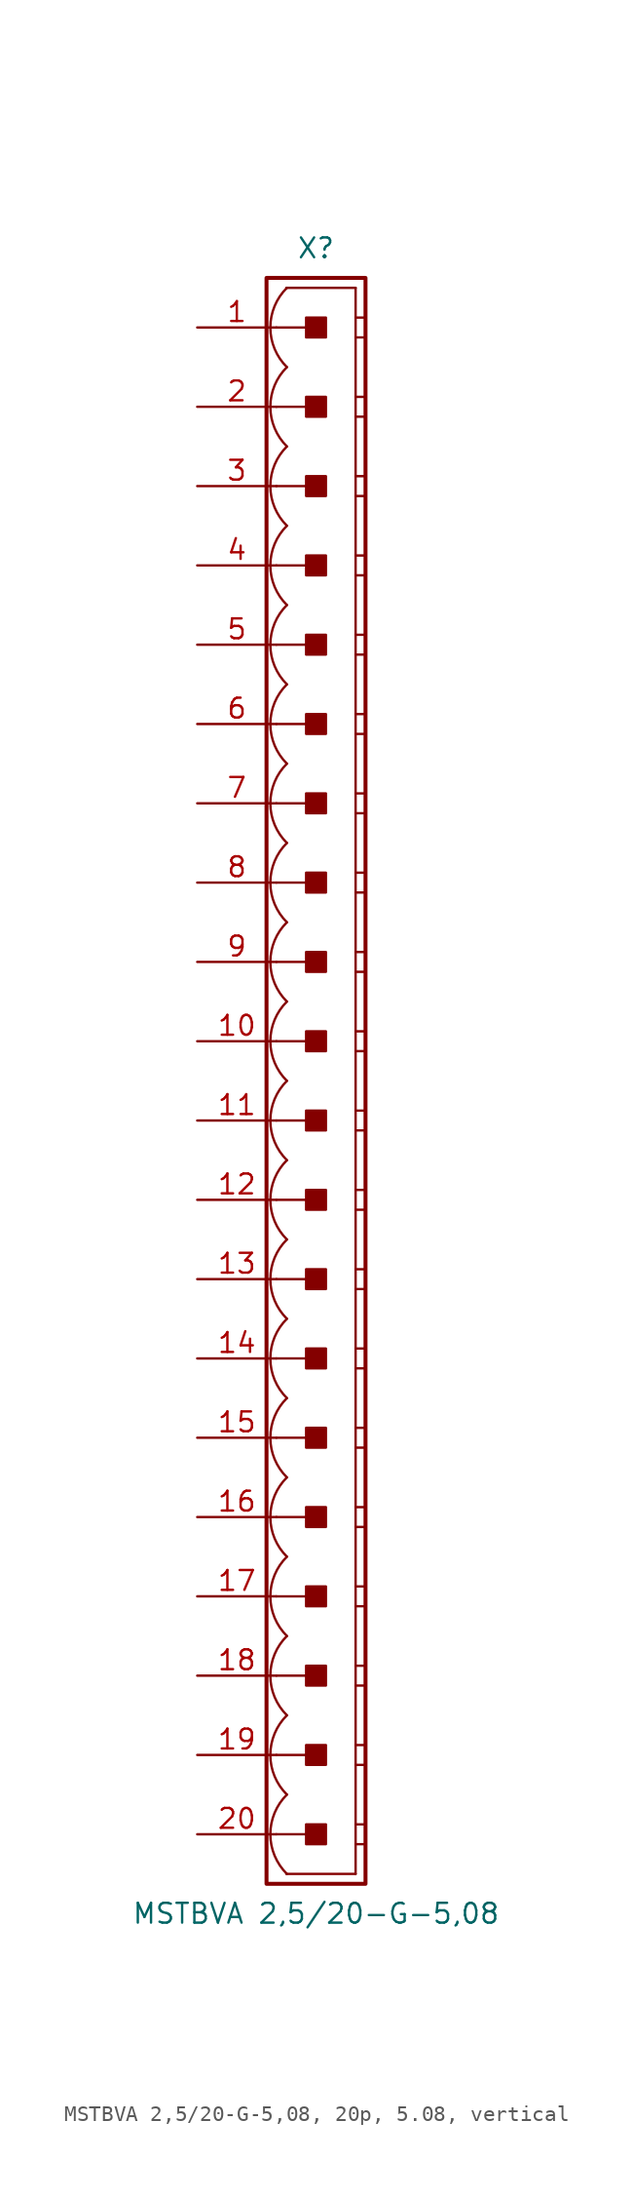
<source format=kicad_sym>
(kicad_symbol_lib
  (version 20241209)
  (generator "kicad_symbol_editor")
  (generator_version "9.0")
  (symbol "MSTBVA 2,5/20-G-5,08, 20p, 5.08, vertical"
    (pin_names
      (offset 1.016)
      (hide yes))
    (property "Reference" "X"
      (at 0 53.34 0)
      (effects (font (size 1.27 1.27))))
    (property "Value" "MSTBVA 2,5/20-G-5,08"
      (at 0 -53.34 0)
      (effects (font (size 1.27 1.27))))
    (property "Label" ""
      (at 0 0 0)
      (effects (font (size 1.27 1.27) (thickness 0.254) (bold yes))))
    (symbol "MSTBVA 2,5/20-G-5,08, 20p, 5.08, vertical_0_1"
      (polyline (pts (xy 2.54 50.8) (xy -1.905 50.8)) (stroke (width 0.152) (type default)) (fill (type none)))
      (polyline (pts (xy 2.54 50.8) (xy 2.54 -50.8)) (stroke (width 0.152) (type default)) (fill (type none)))
      (polyline (pts (xy 2.54 48.895) (xy 3.175 48.895)) (stroke (width 0.152) (type default)) (fill (type none)))
      (polyline (pts (xy 2.54 47.625) (xy 3.175 47.625)) (stroke (width 0.152) (type default)) (fill (type none)))
      (polyline (pts (xy 2.54 43.815) (xy 3.175 43.815)) (stroke (width 0.152) (type default)) (fill (type none)))
      (polyline (pts (xy 2.54 42.545) (xy 3.175 42.545)) (stroke (width 0.152) (type default)) (fill (type none)))
      (polyline (pts (xy 2.54 38.735) (xy 3.175 38.735)) (stroke (width 0.152) (type default)) (fill (type none)))
      (polyline (pts (xy 2.54 37.465) (xy 3.175 37.465)) (stroke (width 0.152) (type default)) (fill (type none)))
      (polyline (pts (xy 2.54 33.655) (xy 3.175 33.655)) (stroke (width 0.152) (type default)) (fill (type none)))
      (polyline (pts (xy 2.54 32.385) (xy 3.175 32.385)) (stroke (width 0.152) (type default)) (fill (type none)))
      (polyline (pts (xy 2.54 28.575) (xy 3.175 28.575)) (stroke (width 0.152) (type default)) (fill (type none)))
      (polyline (pts (xy 2.54 27.305) (xy 3.175 27.305)) (stroke (width 0.152) (type default)) (fill (type none)))
      (polyline (pts (xy 2.54 23.495) (xy 3.175 23.495)) (stroke (width 0.152) (type default)) (fill (type none)))
      (polyline (pts (xy 2.54 22.225) (xy 3.175 22.225)) (stroke (width 0.152) (type default)) (fill (type none)))
      (polyline (pts (xy 2.54 18.415) (xy 3.175 18.415)) (stroke (width 0.152) (type default)) (fill (type none)))
      (polyline (pts (xy 2.54 17.145) (xy 3.175 17.145)) (stroke (width 0.152) (type default)) (fill (type none)))
      (polyline (pts (xy 2.54 13.335) (xy 3.175 13.335)) (stroke (width 0.152) (type default)) (fill (type none)))
      (polyline (pts (xy 2.54 12.065) (xy 3.175 12.065)) (stroke (width 0.152) (type default)) (fill (type none)))
      (polyline (pts (xy 2.54 8.255) (xy 3.175 8.255)) (stroke (width 0.152) (type default)) (fill (type none)))
      (polyline (pts (xy 2.54 6.985) (xy 3.175 6.985)) (stroke (width 0.152) (type default)) (fill (type none)))
      (polyline (pts (xy 2.54 3.175) (xy 3.175 3.175)) (stroke (width 0.152) (type default)) (fill (type none)))
      (polyline (pts (xy 2.54 1.905) (xy 3.175 1.905)) (stroke (width 0.152) (type default)) (fill (type none)))
      (polyline (pts (xy 2.54 -1.905) (xy 3.175 -1.905)) (stroke (width 0.152) (type default)) (fill (type none)))
      (polyline (pts (xy 2.54 -3.175) (xy 3.175 -3.175)) (stroke (width 0.152) (type default)) (fill (type none)))
      (polyline (pts (xy 2.54 -6.985) (xy 3.175 -6.985)) (stroke (width 0.152) (type default)) (fill (type none)))
      (polyline (pts (xy 2.54 -8.255) (xy 3.175 -8.255)) (stroke (width 0.152) (type default)) (fill (type none)))
      (polyline (pts (xy 2.54 -12.065) (xy 3.175 -12.065)) (stroke (width 0.152) (type default)) (fill (type none)))
      (polyline (pts (xy 2.54 -13.335) (xy 3.175 -13.335)) (stroke (width 0.152) (type default)) (fill (type none)))
      (polyline (pts (xy 2.54 -17.145) (xy 3.175 -17.145)) (stroke (width 0.152) (type default)) (fill (type none)))
      (polyline (pts (xy 2.54 -18.415) (xy 3.175 -18.415)) (stroke (width 0.152) (type default)) (fill (type none)))
      (polyline (pts (xy 2.54 -22.225) (xy 3.175 -22.225)) (stroke (width 0.152) (type default)) (fill (type none)))
      (polyline (pts (xy 2.54 -23.495) (xy 3.175 -23.495)) (stroke (width 0.152) (type default)) (fill (type none)))
      (polyline (pts (xy 2.54 -27.305) (xy 3.175 -27.305)) (stroke (width 0.152) (type default)) (fill (type none)))
      (polyline (pts (xy 2.54 -28.575) (xy 3.175 -28.575)) (stroke (width 0.152) (type default)) (fill (type none)))
      (polyline (pts (xy 2.54 -32.385) (xy 3.175 -32.385)) (stroke (width 0.152) (type default)) (fill (type none)))
      (polyline (pts (xy 2.54 -33.655) (xy 3.175 -33.655)) (stroke (width 0.152) (type default)) (fill (type none)))
      (polyline (pts (xy 2.54 -37.465) (xy 3.175 -37.465)) (stroke (width 0.152) (type default)) (fill (type none)))
      (polyline (pts (xy 2.54 -38.735) (xy 3.175 -38.735)) (stroke (width 0.152) (type default)) (fill (type none)))
      (polyline (pts (xy 2.54 -42.545) (xy 3.175 -42.545)) (stroke (width 0.152) (type default)) (fill (type none)))
      (polyline (pts (xy 2.54 -43.815) (xy 3.175 -43.815)) (stroke (width 0.152) (type default)) (fill (type none)))
      (polyline (pts (xy 2.54 -47.625) (xy 3.175 -47.625)) (stroke (width 0.152) (type default)) (fill (type none)))
      (polyline (pts (xy 2.54 -48.895) (xy 3.175 -48.895)) (stroke (width 0.152) (type default)) (fill (type none)))
      (polyline (pts (xy 2.54 -50.8) (xy -1.905 -50.8)) (stroke (width 0.152) (type default)) (fill (type none))))
    (symbol "MSTBVA 2,5/20-G-5,08, 20p, 5.08, vertical_1_0"
      (polyline (pts (xy -2.54 48.26) (xy 0 48.26)) (stroke (width 0.152) (type default)) (fill (type none)))
      (polyline (pts (xy -2.54 43.18) (xy 0 43.18)) (stroke (width 0.152) (type default)) (fill (type none)))
      (polyline (pts (xy -2.54 38.1) (xy 0 38.1)) (stroke (width 0.152) (type default)) (fill (type none)))
      (polyline (pts (xy -2.54 33.02) (xy 0 33.02)) (stroke (width 0.152) (type default)) (fill (type none)))
      (polyline (pts (xy -2.54 27.94) (xy 0 27.94)) (stroke (width 0.152) (type default)) (fill (type none)))
      (polyline (pts (xy -2.54 22.86) (xy 0 22.86)) (stroke (width 0.152) (type default)) (fill (type none)))
      (polyline (pts (xy -2.54 17.78) (xy 0 17.78)) (stroke (width 0.152) (type default)) (fill (type none)))
      (polyline (pts (xy -2.54 12.7) (xy 0 12.7)) (stroke (width 0.152) (type default)) (fill (type none)))
      (polyline (pts (xy -2.54 7.62) (xy 0 7.62)) (stroke (width 0.152) (type default)) (fill (type none)))
      (polyline (pts (xy -2.54 2.54) (xy 0 2.54)) (stroke (width 0.152) (type default)) (fill (type none)))
      (polyline (pts (xy -2.54 -2.54) (xy 0 -2.54)) (stroke (width 0.152) (type default)) (fill (type none)))
      (polyline (pts (xy -2.54 -7.62) (xy 0 -7.62)) (stroke (width 0.152) (type default)) (fill (type none)))
      (polyline (pts (xy -2.54 -12.7) (xy 0 -12.7)) (stroke (width 0.152) (type default)) (fill (type none)))
      (polyline (pts (xy -2.54 -17.78) (xy 0 -17.78)) (stroke (width 0.152) (type default)) (fill (type none)))
      (polyline (pts (xy -2.54 -22.86) (xy 0 -22.86)) (stroke (width 0.152) (type default)) (fill (type none)))
      (polyline (pts (xy -2.54 -27.94) (xy 0 -27.94)) (stroke (width 0.152) (type default)) (fill (type none)))
      (polyline (pts (xy -2.54 -33.02) (xy 0 -33.02)) (stroke (width 0.152) (type default)) (fill (type none)))
      (polyline (pts (xy -2.54 -38.1) (xy 0 -38.1)) (stroke (width 0.152) (type default)) (fill (type none)))
      (polyline (pts (xy -2.54 -43.18) (xy 0 -43.18)) (stroke (width 0.152) (type default)) (fill (type none)))
      (polyline (pts (xy -2.54 -48.26) (xy 0 -48.26)) (stroke (width 0.152) (type default)) (fill (type none))))
    (symbol "MSTBVA 2,5/20-G-5,08, 20p, 5.08, vertical_1_1"
      (rectangle (start -3.175 51.435) (end 3.175 -51.435) (stroke (width 0.254) (type default)) (fill (type none)))
      (rectangle (start -0.635 47.625) (end 0.635 48.895) (stroke (width 0.152) (type default)) (fill (type outline)))
      (rectangle (start -0.635 42.545) (end 0.635 43.815) (stroke (width 0.152) (type default)) (fill (type outline)))
      (rectangle (start -0.635 37.465) (end 0.635 38.735) (stroke (width 0.152) (type default)) (fill (type outline)))
      (rectangle (start -0.635 32.385) (end 0.635 33.655) (stroke (width 0.152) (type default)) (fill (type outline)))
      (rectangle (start -0.635 27.305) (end 0.635 28.575) (stroke (width 0.152) (type default)) (fill (type outline)))
      (rectangle (start -0.635 22.225) (end 0.635 23.495) (stroke (width 0.152) (type default)) (fill (type outline)))
      (rectangle (start -0.635 17.145) (end 0.635 18.415) (stroke (width 0.152) (type default)) (fill (type outline)))
      (rectangle (start -0.635 12.065) (end 0.635 13.335) (stroke (width 0.152) (type default)) (fill (type outline)))
      (rectangle (start -0.635 6.985) (end 0.635 8.255) (stroke (width 0.152) (type default)) (fill (type outline)))
      (rectangle (start -0.635 1.905) (end 0.635 3.175) (stroke (width 0.152) (type default)) (fill (type outline)))
      (rectangle (start -0.635 -3.175) (end 0.635 -1.905) (stroke (width 0.152) (type default)) (fill (type outline)))
      (rectangle (start -0.635 -8.255) (end 0.635 -6.985) (stroke (width 0.152) (type default)) (fill (type outline)))
      (rectangle (start -0.635 -13.335) (end 0.635 -12.065) (stroke (width 0.152) (type default)) (fill (type outline)))
      (rectangle (start -0.635 -18.415) (end 0.635 -17.145) (stroke (width 0.152) (type default)) (fill (type outline)))
      (rectangle (start -0.635 -23.495) (end 0.635 -22.225) (stroke (width 0.152) (type default)) (fill (type outline)))
      (rectangle (start -0.635 -28.575) (end 0.635 -27.305) (stroke (width 0.152) (type default)) (fill (type outline)))
      (rectangle (start -0.635 -33.655) (end 0.635 -32.385) (stroke (width 0.152) (type default)) (fill (type outline)))
      (rectangle (start -0.635 -38.735) (end 0.635 -37.465) (stroke (width 0.152) (type default)) (fill (type outline)))
      (rectangle (start -0.635 -43.815) (end 0.635 -42.545) (stroke (width 0.152) (type default)) (fill (type outline)))
      (rectangle (start -0.635 -48.895) (end 0.635 -47.625) (stroke (width 0.152) (type default)) (fill (type outline)))
      (arc (start -1.8664 45.72) (mid -2.9299 48.26) (end -1.8664 50.8) (stroke (width 0.1524) (type default)) (fill (type none)))
      (arc (start -1.8664 40.64) (mid -2.9299 43.18) (end -1.8664 45.72) (stroke (width 0.1524) (type default)) (fill (type none)))
      (arc (start -1.8664 35.56) (mid -2.9299 38.1) (end -1.8664 40.64) (stroke (width 0.1524) (type default)) (fill (type none)))
      (arc (start -1.8664 30.48) (mid -2.9299 33.02) (end -1.8664 35.56) (stroke (width 0.1524) (type default)) (fill (type none)))
      (arc (start -1.8664 25.4) (mid -2.9299 27.94) (end -1.8664 30.48) (stroke (width 0.1524) (type default)) (fill (type none)))
      (arc (start -1.8664 20.32) (mid -2.9299 22.86) (end -1.8664 25.4) (stroke (width 0.1524) (type default)) (fill (type none)))
      (arc (start -1.8664 15.24) (mid -2.9299 17.78) (end -1.8664 20.32) (stroke (width 0.1524) (type default)) (fill (type none)))
      (arc (start -1.8664 10.16) (mid -2.9299 12.7) (end -1.8664 15.24) (stroke (width 0.1524) (type default)) (fill (type none)))
      (arc (start -1.8664 5.08) (mid -2.9299 7.62) (end -1.8664 10.16) (stroke (width 0.1524) (type default)) (fill (type none)))
      (arc (start -1.8664 0) (mid -2.9299 2.54) (end -1.8664 5.08) (stroke (width 0.1524) (type default)) (fill (type none)))
      (arc (start -1.8664 -5.08) (mid -2.9299 -2.54) (end -1.8664 0) (stroke (width 0.1524) (type default)) (fill (type none)))
      (arc (start -1.8664 -10.16) (mid -2.9299 -7.62) (end -1.8664 -5.08) (stroke (width 0.1524) (type default)) (fill (type none)))
      (arc (start -1.8664 -15.24) (mid -2.9299 -12.7) (end -1.8664 -10.16) (stroke (width 0.1524) (type default)) (fill (type none)))
      (arc (start -1.8664 -20.32) (mid -2.9299 -17.78) (end -1.8664 -15.24) (stroke (width 0.1524) (type default)) (fill (type none)))
      (arc (start -1.8664 -25.4) (mid -2.9299 -22.86) (end -1.8664 -20.32) (stroke (width 0.1524) (type default)) (fill (type none)))
      (arc (start -1.8664 -30.48) (mid -2.9299 -27.94) (end -1.8664 -25.4) (stroke (width 0.1524) (type default)) (fill (type none)))
      (arc (start -1.8664 -35.56) (mid -2.9299 -33.02) (end -1.8664 -30.48) (stroke (width 0.1524) (type default)) (fill (type none)))
      (arc (start -1.8664 -40.64) (mid -2.9299 -38.1) (end -1.8664 -35.56) (stroke (width 0.1524) (type default)) (fill (type none)))
      (arc (start -1.8664 -45.72) (mid -2.9299 -43.18) (end -1.8664 -40.64) (stroke (width 0.1524) (type default)) (fill (type none)))
      (arc (start -1.8664 -50.8) (mid -2.9299 -48.26) (end -1.8664 -45.72) (stroke (width 0.1524) (type default)) (fill (type none)))
      (pin passive line (at -7.62 48.26 0) (length 5.08) (name "1" (effects (font (size 1.27 1.27)))) (number "1" (effects (font (size 1.27 1.27)))))
      (pin passive line (at -7.62 43.18 0) (length 5.08) (name "2" (effects (font (size 1.27 1.27)))) (number "2" (effects (font (size 1.27 1.27)))))
      (pin passive line (at -7.62 38.1 0) (length 5.08) (name "3" (effects (font (size 1.27 1.27)))) (number "3" (effects (font (size 1.27 1.27)))))
      (pin passive line (at -7.62 33.02 0) (length 5.08) (name "4" (effects (font (size 1.27 1.27)))) (number "4" (effects (font (size 1.27 1.27)))))
      (pin passive line (at -7.62 27.94 0) (length 5.08) (name "5" (effects (font (size 1.27 1.27)))) (number "5" (effects (font (size 1.27 1.27)))))
      (pin passive line (at -7.62 22.86 0) (length 5.08) (name "6" (effects (font (size 1.27 1.27)))) (number "6" (effects (font (size 1.27 1.27)))))
      (pin passive line (at -7.62 17.78 0) (length 5.08) (name "7" (effects (font (size 1.27 1.27)))) (number "7" (effects (font (size 1.27 1.27)))))
      (pin passive line (at -7.62 12.7 0) (length 5.08) (name "8" (effects (font (size 1.27 1.27)))) (number "8" (effects (font (size 1.27 1.27)))))
      (pin passive line (at -7.62 7.62 0) (length 5.08) (name "9" (effects (font (size 1.27 1.27)))) (number "9" (effects (font (size 1.27 1.27)))))
      (pin passive line (at -7.62 2.54 0) (length 5.08) (name "10" (effects (font (size 1.27 1.27)))) (number "10" (effects (font (size 1.27 1.27)))))
      (pin passive line (at -7.62 -2.54 0) (length 5.08) (name "11" (effects (font (size 1.27 1.27)))) (number "11" (effects (font (size 1.27 1.27)))))
      (pin passive line (at -7.62 -7.62 0) (length 5.08) (name "12" (effects (font (size 1.27 1.27)))) (number "12" (effects (font (size 1.27 1.27)))))
      (pin passive line (at -7.62 -12.7 0) (length 5.08) (name "13" (effects (font (size 1.27 1.27)))) (number "13" (effects (font (size 1.27 1.27)))))
      (pin passive line (at -7.62 -17.78 0) (length 5.08) (name "14" (effects (font (size 1.27 1.27)))) (number "14" (effects (font (size 1.27 1.27)))))
      (pin passive line (at -7.62 -22.86 0) (length 5.08) (name "15" (effects (font (size 1.27 1.27)))) (number "15" (effects (font (size 1.27 1.27)))))
      (pin passive line (at -7.62 -27.94 0) (length 5.08) (name "16" (effects (font (size 1.27 1.27)))) (number "16" (effects (font (size 1.27 1.27)))))
      (pin passive line (at -7.62 -33.02 0) (length 5.08) (name "17" (effects (font (size 1.27 1.27)))) (number "17" (effects (font (size 1.27 1.27)))))
      (pin passive line (at -7.62 -38.1 0) (length 5.08) (name "18" (effects (font (size 1.27 1.27)))) (number "18" (effects (font (size 1.27 1.27)))))
      (pin passive line (at -7.62 -43.18 0) (length 5.08) (name "19" (effects (font (size 1.27 1.27)))) (number "19" (effects (font (size 1.27 1.27)))))
      (pin passive line (at -7.62 -48.26 0) (length 5.08) (name "20" (effects (font (size 1.27 1.27)))) (number "20" (effects (font (size 1.27 1.27))))))))
</source>
